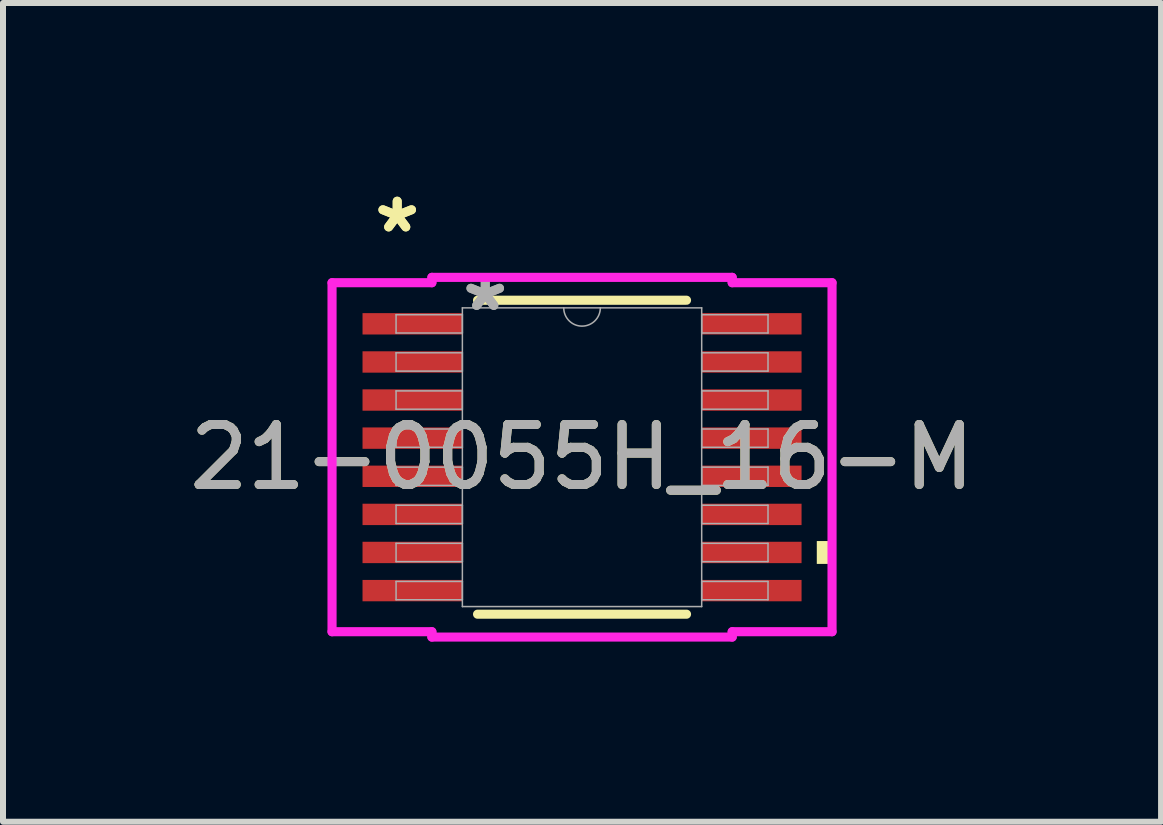
<source format=kicad_pcb>
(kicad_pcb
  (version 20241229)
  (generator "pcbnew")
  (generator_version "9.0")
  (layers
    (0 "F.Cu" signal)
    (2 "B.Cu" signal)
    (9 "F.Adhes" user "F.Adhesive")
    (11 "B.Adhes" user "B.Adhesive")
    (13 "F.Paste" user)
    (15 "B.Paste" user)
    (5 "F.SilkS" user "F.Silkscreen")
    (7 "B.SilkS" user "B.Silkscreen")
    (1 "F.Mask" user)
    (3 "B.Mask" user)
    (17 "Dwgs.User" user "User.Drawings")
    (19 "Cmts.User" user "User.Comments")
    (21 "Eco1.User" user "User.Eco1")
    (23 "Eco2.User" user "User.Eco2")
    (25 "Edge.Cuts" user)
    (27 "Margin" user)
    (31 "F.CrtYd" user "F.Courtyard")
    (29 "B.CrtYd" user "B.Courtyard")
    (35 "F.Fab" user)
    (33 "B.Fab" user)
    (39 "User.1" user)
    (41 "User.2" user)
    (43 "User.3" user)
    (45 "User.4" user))
  (footprint "21-0055H_16-M"
    (layer "F.Cu")
    (at 6.649 4.569)
    (property "Reference" "21-0055H_16-M" (at 0 0 0) (unlocked yes) (layer "F.SilkS") (effects (font (size 1 1) (thickness 0.15))))
    (attr smd)
    (fp_line (start -1.741 2.616) (end 1.741 2.616) (stroke (width 0.152) (type solid)) (layer "F.SilkS"))
    (fp_line (start 1.741 -2.616) (end -1.741 -2.616) (stroke (width 0.152) (type solid)) (layer "F.SilkS"))
    (fp_poly (pts (xy 4.166 1.397) (xy 4.166 1.778) (xy 3.912 1.778) (xy 3.912 1.397)) (stroke (width 0) (type solid)) (fill yes) (layer "F.SilkS"))
    (fp_line (start -4.166 -2.908) (end -2.502 -2.908) (stroke (width 0.152) (type solid)) (layer "F.CrtYd"))
    (fp_line (start -4.166 2.908) (end -4.166 -2.908) (stroke (width 0.152) (type solid)) (layer "F.CrtYd"))
    (fp_line (start -4.166 2.908) (end -2.502 2.908) (stroke (width 0.152) (type solid)) (layer "F.CrtYd"))
    (fp_line (start -2.502 -2.997) (end 2.502 -2.997) (stroke (width 0.152) (type solid)) (layer "F.CrtYd"))
    (fp_line (start -2.502 -2.908) (end -2.502 -2.997) (stroke (width 0.152) (type solid)) (layer "F.CrtYd"))
    (fp_line (start -2.502 2.997) (end -2.502 2.908) (stroke (width 0.152) (type solid)) (layer "F.CrtYd"))
    (fp_line (start 2.502 -2.997) (end 2.502 -2.908) (stroke (width 0.152) (type solid)) (layer "F.CrtYd"))
    (fp_line (start 2.502 2.908) (end 2.502 2.997) (stroke (width 0.152) (type solid)) (layer "F.CrtYd"))
    (fp_line (start 2.502 2.997) (end -2.502 2.997) (stroke (width 0.152) (type solid)) (layer "F.CrtYd"))
    (fp_line (start 4.166 -2.908) (end 2.502 -2.908) (stroke (width 0.152) (type solid)) (layer "F.CrtYd"))
    (fp_line (start 4.166 -2.908) (end 4.166 2.908) (stroke (width 0.152) (type solid)) (layer "F.CrtYd"))
    (fp_line (start 4.166 2.908) (end 2.502 2.908) (stroke (width 0.152) (type solid)) (layer "F.CrtYd"))
    (fp_line (start -3.099 -2.375) (end -3.099 -2.07) (stroke (width 0.025) (type solid)) (layer "F.Fab"))
    (fp_line (start -3.099 -2.07) (end -1.994 -2.07) (stroke (width 0.025) (type solid)) (layer "F.Fab"))
    (fp_line (start -3.099 -1.74) (end -3.099 -1.435) (stroke (width 0.025) (type solid)) (layer "F.Fab"))
    (fp_line (start -3.099 -1.435) (end -1.994 -1.435) (stroke (width 0.025) (type solid)) (layer "F.Fab"))
    (fp_line (start -3.099 -1.105) (end -3.099 -0.8) (stroke (width 0.025) (type solid)) (layer "F.Fab"))
    (fp_line (start -3.099 -0.8) (end -1.994 -0.8) (stroke (width 0.025) (type solid)) (layer "F.Fab"))
    (fp_line (start -3.099 -0.47) (end -3.099 -0.165) (stroke (width 0.025) (type solid)) (layer "F.Fab"))
    (fp_line (start -3.099 -0.165) (end -1.994 -0.165) (stroke (width 0.025) (type solid)) (layer "F.Fab"))
    (fp_line (start -3.099 0.165) (end -3.099 0.47) (stroke (width 0.025) (type solid)) (layer "F.Fab"))
    (fp_line (start -3.099 0.47) (end -1.994 0.47) (stroke (width 0.025) (type solid)) (layer "F.Fab"))
    (fp_line (start -3.099 0.8) (end -3.099 1.105) (stroke (width 0.025) (type solid)) (layer "F.Fab"))
    (fp_line (start -3.099 1.105) (end -1.994 1.105) (stroke (width 0.025) (type solid)) (layer "F.Fab"))
    (fp_line (start -3.099 1.435) (end -3.099 1.74) (stroke (width 0.025) (type solid)) (layer "F.Fab"))
    (fp_line (start -3.099 1.74) (end -1.994 1.74) (stroke (width 0.025) (type solid)) (layer "F.Fab"))
    (fp_line (start -3.099 2.07) (end -3.099 2.375) (stroke (width 0.025) (type solid)) (layer "F.Fab"))
    (fp_line (start -3.099 2.375) (end -1.994 2.375) (stroke (width 0.025) (type solid)) (layer "F.Fab"))
    (fp_line (start -1.994 -2.489) (end -1.994 2.489) (stroke (width 0.025) (type solid)) (layer "F.Fab"))
    (fp_line (start -1.994 -2.375) (end -3.099 -2.375) (stroke (width 0.025) (type solid)) (layer "F.Fab"))
    (fp_line (start -1.994 -2.07) (end -1.994 -2.375) (stroke (width 0.025) (type solid)) (layer "F.Fab"))
    (fp_line (start -1.994 -1.74) (end -3.099 -1.74) (stroke (width 0.025) (type solid)) (layer "F.Fab"))
    (fp_line (start -1.994 -1.435) (end -1.994 -1.74) (stroke (width 0.025) (type solid)) (layer "F.Fab"))
    (fp_line (start -1.994 -1.105) (end -3.099 -1.105) (stroke (width 0.025) (type solid)) (layer "F.Fab"))
    (fp_line (start -1.994 -0.8) (end -1.994 -1.105) (stroke (width 0.025) (type solid)) (layer "F.Fab"))
    (fp_line (start -1.994 -0.47) (end -3.099 -0.47) (stroke (width 0.025) (type solid)) (layer "F.Fab"))
    (fp_line (start -1.994 -0.165) (end -1.994 -0.47) (stroke (width 0.025) (type solid)) (layer "F.Fab"))
    (fp_line (start -1.994 0.165) (end -3.099 0.165) (stroke (width 0.025) (type solid)) (layer "F.Fab"))
    (fp_line (start -1.994 0.47) (end -1.994 0.165) (stroke (width 0.025) (type solid)) (layer "F.Fab"))
    (fp_line (start -1.994 0.8) (end -3.099 0.8) (stroke (width 0.025) (type solid)) (layer "F.Fab"))
    (fp_line (start -1.994 1.105) (end -1.994 0.8) (stroke (width 0.025) (type solid)) (layer "F.Fab"))
    (fp_line (start -1.994 1.435) (end -3.099 1.435) (stroke (width 0.025) (type solid)) (layer "F.Fab"))
    (fp_line (start -1.994 1.74) (end -1.994 1.435) (stroke (width 0.025) (type solid)) (layer "F.Fab"))
    (fp_line (start -1.994 2.07) (end -3.099 2.07) (stroke (width 0.025) (type solid)) (layer "F.Fab"))
    (fp_line (start -1.994 2.375) (end -1.994 2.07) (stroke (width 0.025) (type solid)) (layer "F.Fab"))
    (fp_line (start -1.994 2.489) (end 1.994 2.489) (stroke (width 0.025) (type solid)) (layer "F.Fab"))
    (fp_line (start 1.994 -2.489) (end -1.994 -2.489) (stroke (width 0.025) (type solid)) (layer "F.Fab"))
    (fp_line (start 1.994 -2.375) (end 1.994 -2.07) (stroke (width 0.025) (type solid)) (layer "F.Fab"))
    (fp_line (start 1.994 -2.07) (end 3.099 -2.07) (stroke (width 0.025) (type solid)) (layer "F.Fab"))
    (fp_line (start 1.994 -1.74) (end 1.994 -1.435) (stroke (width 0.025) (type solid)) (layer "F.Fab"))
    (fp_line (start 1.994 -1.435) (end 3.099 -1.435) (stroke (width 0.025) (type solid)) (layer "F.Fab"))
    (fp_line (start 1.994 -1.105) (end 1.994 -0.8) (stroke (width 0.025) (type solid)) (layer "F.Fab"))
    (fp_line (start 1.994 -0.8) (end 3.099 -0.8) (stroke (width 0.025) (type solid)) (layer "F.Fab"))
    (fp_line (start 1.994 -0.47) (end 1.994 -0.165) (stroke (width 0.025) (type solid)) (layer "F.Fab"))
    (fp_line (start 1.994 -0.165) (end 3.099 -0.165) (stroke (width 0.025) (type solid)) (layer "F.Fab"))
    (fp_line (start 1.994 0.165) (end 1.994 0.47) (stroke (width 0.025) (type solid)) (layer "F.Fab"))
    (fp_line (start 1.994 0.47) (end 3.099 0.47) (stroke (width 0.025) (type solid)) (layer "F.Fab"))
    (fp_line (start 1.994 0.8) (end 1.994 1.105) (stroke (width 0.025) (type solid)) (layer "F.Fab"))
    (fp_line (start 1.994 1.105) (end 3.099 1.105) (stroke (width 0.025) (type solid)) (layer "F.Fab"))
    (fp_line (start 1.994 1.435) (end 1.994 1.74) (stroke (width 0.025) (type solid)) (layer "F.Fab"))
    (fp_line (start 1.994 1.74) (end 3.099 1.74) (stroke (width 0.025) (type solid)) (layer "F.Fab"))
    (fp_line (start 1.994 2.07) (end 1.994 2.375) (stroke (width 0.025) (type solid)) (layer "F.Fab"))
    (fp_line (start 1.994 2.375) (end 3.099 2.375) (stroke (width 0.025) (type solid)) (layer "F.Fab"))
    (fp_line (start 1.994 2.489) (end 1.994 -2.489) (stroke (width 0.025) (type solid)) (layer "F.Fab"))
    (fp_line (start 3.099 -2.375) (end 1.994 -2.375) (stroke (width 0.025) (type solid)) (layer "F.Fab"))
    (fp_line (start 3.099 -2.07) (end 3.099 -2.375) (stroke (width 0.025) (type solid)) (layer "F.Fab"))
    (fp_line (start 3.099 -1.74) (end 1.994 -1.74) (stroke (width 0.025) (type solid)) (layer "F.Fab"))
    (fp_line (start 3.099 -1.435) (end 3.099 -1.74) (stroke (width 0.025) (type solid)) (layer "F.Fab"))
    (fp_line (start 3.099 -1.105) (end 1.994 -1.105) (stroke (width 0.025) (type solid)) (layer "F.Fab"))
    (fp_line (start 3.099 -0.8) (end 3.099 -1.105) (stroke (width 0.025) (type solid)) (layer "F.Fab"))
    (fp_line (start 3.099 -0.47) (end 1.994 -0.47) (stroke (width 0.025) (type solid)) (layer "F.Fab"))
    (fp_line (start 3.099 -0.165) (end 3.099 -0.47) (stroke (width 0.025) (type solid)) (layer "F.Fab"))
    (fp_line (start 3.099 0.165) (end 1.994 0.165) (stroke (width 0.025) (type solid)) (layer "F.Fab"))
    (fp_line (start 3.099 0.47) (end 3.099 0.165) (stroke (width 0.025) (type solid)) (layer "F.Fab"))
    (fp_line (start 3.099 0.8) (end 1.994 0.8) (stroke (width 0.025) (type solid)) (layer "F.Fab"))
    (fp_line (start 3.099 1.105) (end 3.099 0.8) (stroke (width 0.025) (type solid)) (layer "F.Fab"))
    (fp_line (start 3.099 1.435) (end 1.994 1.435) (stroke (width 0.025) (type solid)) (layer "F.Fab"))
    (fp_line (start 3.099 1.74) (end 3.099 1.435) (stroke (width 0.025) (type solid)) (layer "F.Fab"))
    (fp_line (start 3.099 2.07) (end 1.994 2.07) (stroke (width 0.025) (type solid)) (layer "F.Fab"))
    (fp_line (start 3.099 2.375) (end 3.099 2.07) (stroke (width 0.025) (type solid)) (layer "F.Fab"))
    (fp_arc (start 0.3048 -2.4892) (mid 0 -2.1844) (end -0.3048 -2.4892) (stroke (width 0.0254) (type solid)) (layer "F.Fab"))
    (fp_text user "*" (at -3.08 -3.721 0) (layer "F.SilkS") (effects (font (size 1 1) (thickness 0.15))))
    (fp_text user "*" (at -3.08 -3.721 0) (unlocked yes) (layer "F.SilkS") (effects (font (size 1 1) (thickness 0.15))))
    (fp_text user "*" (at -1.613 -2.413 0) (layer "F.Fab") (effects (font (size 1 1) (thickness 0.15))))
    (fp_text user "*" (at -1.613 -2.413 0) (unlocked yes) (layer "F.Fab") (effects (font (size 1 1) (thickness 0.15))))
    (fp_text user "${REFERENCE}" (at 0 0 0) (unlocked yes) (layer "F.Fab") (effects (font (size 1 1) (thickness 0.15))))
    (pad "1" smd rect (at -2.826 -2.223) (size 1.664 0.356) (layers "F.Cu" "F.Mask" "F.Paste"))
    (pad "2" smd rect (at -2.826 -1.587) (size 1.664 0.356) (layers "F.Cu" "F.Mask" "F.Paste"))
    (pad "3" smd rect (at -2.826 -0.953) (size 1.664 0.356) (layers "F.Cu" "F.Mask" "F.Paste"))
    (pad "4" smd rect (at -2.826 -0.318) (size 1.664 0.356) (layers "F.Cu" "F.Mask" "F.Paste"))
    (pad "5" smd rect (at -2.826 0.318) (size 1.664 0.356) (layers "F.Cu" "F.Mask" "F.Paste"))
    (pad "6" smd rect (at -2.826 0.953) (size 1.664 0.356) (layers "F.Cu" "F.Mask" "F.Paste"))
    (pad "7" smd rect (at -2.826 1.587) (size 1.664 0.356) (layers "F.Cu" "F.Mask" "F.Paste"))
    (pad "8" smd rect (at -2.826 2.223) (size 1.664 0.356) (layers "F.Cu" "F.Mask" "F.Paste"))
    (pad "9" smd rect (at 2.826 2.223) (size 1.664 0.356) (layers "F.Cu" "F.Mask" "F.Paste"))
    (pad "10" smd rect (at 2.826 1.587) (size 1.664 0.356) (layers "F.Cu" "F.Mask" "F.Paste"))
    (pad "11" smd rect (at 2.826 0.953) (size 1.664 0.356) (layers "F.Cu" "F.Mask" "F.Paste"))
    (pad "12" smd rect (at 2.826 0.318) (size 1.664 0.356) (layers "F.Cu" "F.Mask" "F.Paste"))
    (pad "13" smd rect (at 2.826 -0.318) (size 1.664 0.356) (layers "F.Cu" "F.Mask" "F.Paste"))
    (pad "14" smd rect (at 2.826 -0.953) (size 1.664 0.356) (layers "F.Cu" "F.Mask" "F.Paste"))
    (pad "15" smd rect (at 2.826 -1.587) (size 1.664 0.356) (layers "F.Cu" "F.Mask" "F.Paste"))
    (pad "16" smd rect (at 2.826 -2.223) (size 1.664 0.356) (layers "F.Cu" "F.Mask" "F.Paste")))
  (gr_rect
    (start -3 -3)
    (end 16.298 10.643)
    (stroke (width 0.1) (type default))
    (fill no)
    (layer "Edge.Cuts")))
</source>
